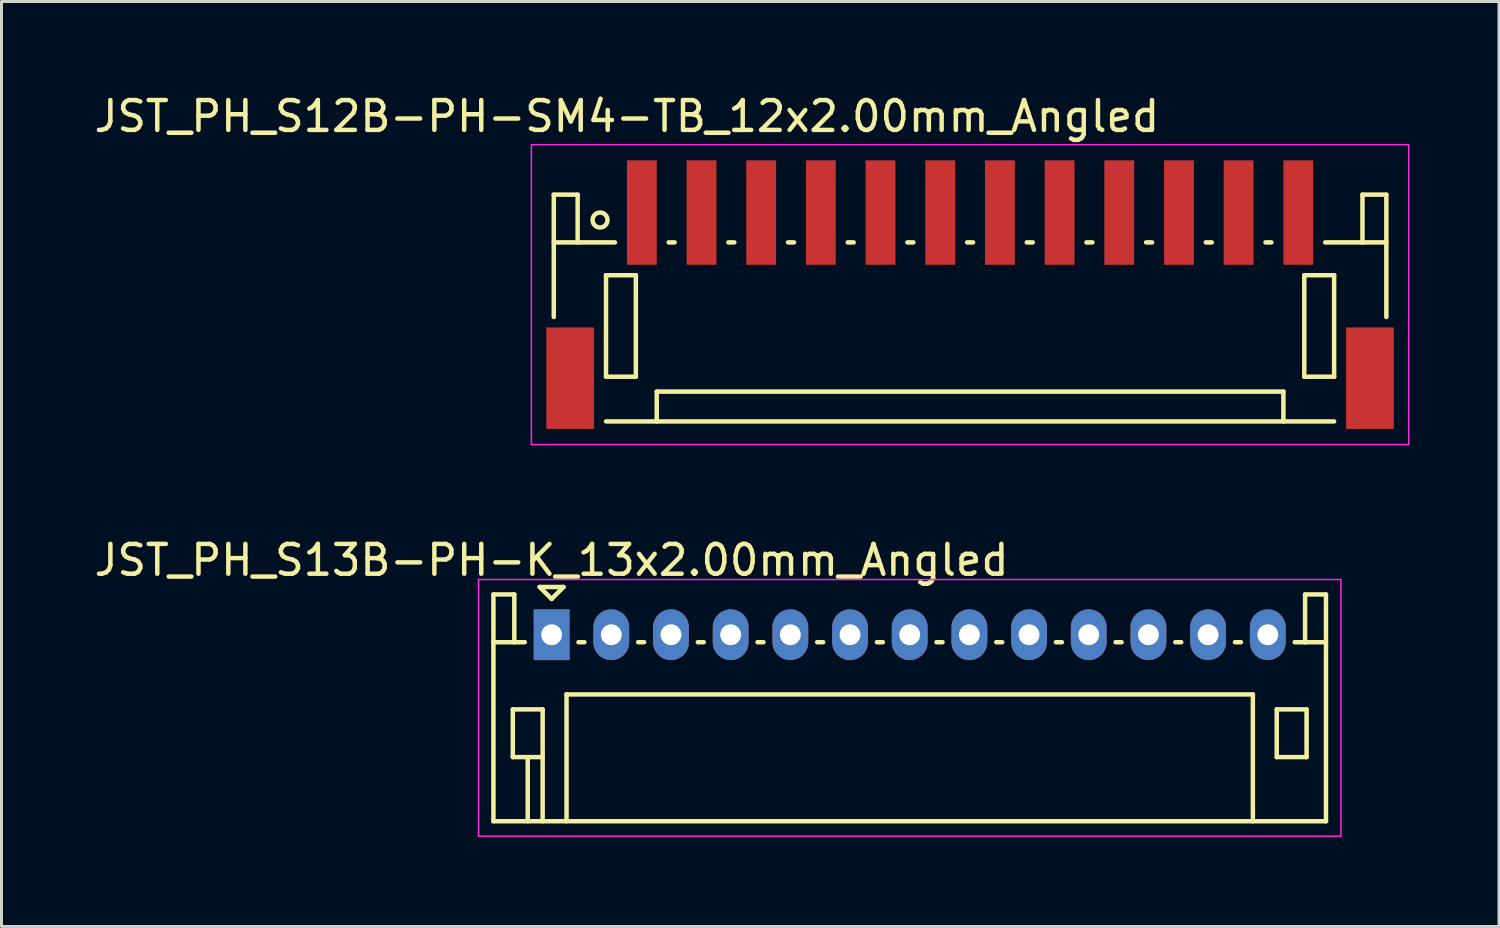
<source format=kicad_pcb>
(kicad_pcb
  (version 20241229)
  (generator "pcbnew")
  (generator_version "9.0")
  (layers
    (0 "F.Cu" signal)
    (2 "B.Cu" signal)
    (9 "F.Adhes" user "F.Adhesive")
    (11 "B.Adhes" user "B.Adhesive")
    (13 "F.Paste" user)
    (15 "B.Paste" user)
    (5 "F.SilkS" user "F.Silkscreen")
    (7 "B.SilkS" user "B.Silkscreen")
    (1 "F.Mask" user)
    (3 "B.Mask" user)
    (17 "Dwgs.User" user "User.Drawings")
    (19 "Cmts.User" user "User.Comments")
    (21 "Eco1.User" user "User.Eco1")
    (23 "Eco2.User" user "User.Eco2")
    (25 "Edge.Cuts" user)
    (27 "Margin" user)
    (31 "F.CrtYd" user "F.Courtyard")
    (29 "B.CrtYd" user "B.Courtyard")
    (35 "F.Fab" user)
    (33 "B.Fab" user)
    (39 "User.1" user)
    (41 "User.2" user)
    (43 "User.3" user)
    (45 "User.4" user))
  (footprint "JST_PH_S13B-PH-K_13x2.00mm_Angled"
    (layer "F.Cu")
    (at 15.435 18.221)
    (property "Reference" "JST_PH_S13B-PH-K_13x2.00mm_Angled" (at 0 -2.5 0) (layer "F.SilkS") (effects (font (size 1 1) (thickness 0.15))))
    (attr through_hole)
    (fp_line (start -1.95 -1.35) (end -1.95 6.25) (stroke (width 0.15) (type solid)) (layer "F.SilkS"))
    (fp_line (start -1.95 0.25) (end -1.25 0.25) (stroke (width 0.15) (type solid)) (layer "F.SilkS"))
    (fp_line (start -1.95 6.25) (end 25.95 6.25) (stroke (width 0.15) (type solid)) (layer "F.SilkS"))
    (fp_line (start -1.3 2.5) (end -1.3 4.1) (stroke (width 0.15) (type solid)) (layer "F.SilkS"))
    (fp_line (start -1.3 4.1) (end -0.3 4.1) (stroke (width 0.15) (type solid)) (layer "F.SilkS"))
    (fp_line (start -1.25 -1.35) (end -1.95 -1.35) (stroke (width 0.15) (type solid)) (layer "F.SilkS"))
    (fp_line (start -1.25 0.25) (end -1.25 -1.35) (stroke (width 0.15) (type solid)) (layer "F.SilkS"))
    (fp_line (start -0.9 0.25) (end -1.25 0.25) (stroke (width 0.15) (type solid)) (layer "F.SilkS"))
    (fp_line (start -0.8 4.1) (end -0.8 6.25) (stroke (width 0.15) (type solid)) (layer "F.SilkS"))
    (fp_line (start -0.4 -1.6) (end 0.4 -1.6) (stroke (width 0.15) (type solid)) (layer "F.SilkS"))
    (fp_line (start -0.3 2.5) (end -1.3 2.5) (stroke (width 0.15) (type solid)) (layer "F.SilkS"))
    (fp_line (start -0.3 4.1) (end -0.3 2.5) (stroke (width 0.15) (type solid)) (layer "F.SilkS"))
    (fp_line (start -0.3 4.1) (end -0.3 6.25) (stroke (width 0.15) (type solid)) (layer "F.SilkS"))
    (fp_line (start 0 -1.2) (end -0.4 -1.6) (stroke (width 0.15) (type solid)) (layer "F.SilkS"))
    (fp_line (start 0.4 -1.6) (end 0 -1.2) (stroke (width 0.15) (type solid)) (layer "F.SilkS"))
    (fp_line (start 0.5 2) (end 23.5 2) (stroke (width 0.15) (type solid)) (layer "F.SilkS"))
    (fp_line (start 0.5 6.25) (end 0.5 2) (stroke (width 0.15) (type solid)) (layer "F.SilkS"))
    (fp_line (start 0.9 0.25) (end 1.1 0.25) (stroke (width 0.15) (type solid)) (layer "F.SilkS"))
    (fp_line (start 2.9 0.25) (end 3.1 0.25) (stroke (width 0.15) (type solid)) (layer "F.SilkS"))
    (fp_line (start 4.9 0.25) (end 5.1 0.25) (stroke (width 0.15) (type solid)) (layer "F.SilkS"))
    (fp_line (start 6.9 0.25) (end 7.1 0.25) (stroke (width 0.15) (type solid)) (layer "F.SilkS"))
    (fp_line (start 8.9 0.25) (end 9.1 0.25) (stroke (width 0.15) (type solid)) (layer "F.SilkS"))
    (fp_line (start 10.9 0.25) (end 11.1 0.25) (stroke (width 0.15) (type solid)) (layer "F.SilkS"))
    (fp_line (start 12.9 0.25) (end 13.1 0.25) (stroke (width 0.15) (type solid)) (layer "F.SilkS"))
    (fp_line (start 14.9 0.25) (end 15.1 0.25) (stroke (width 0.15) (type solid)) (layer "F.SilkS"))
    (fp_line (start 16.9 0.25) (end 17.1 0.25) (stroke (width 0.15) (type solid)) (layer "F.SilkS"))
    (fp_line (start 18.9 0.25) (end 19.1 0.25) (stroke (width 0.15) (type solid)) (layer "F.SilkS"))
    (fp_line (start 20.9 0.25) (end 21.1 0.25) (stroke (width 0.15) (type solid)) (layer "F.SilkS"))
    (fp_line (start 22.9 0.25) (end 23.1 0.25) (stroke (width 0.15) (type solid)) (layer "F.SilkS"))
    (fp_line (start 23.5 2) (end 23.5 6.25) (stroke (width 0.15) (type solid)) (layer "F.SilkS"))
    (fp_line (start 24.3 2.5) (end 25.3 2.5) (stroke (width 0.15) (type solid)) (layer "F.SilkS"))
    (fp_line (start 24.3 4.1) (end 24.3 2.5) (stroke (width 0.15) (type solid)) (layer "F.SilkS"))
    (fp_line (start 25.25 -1.35) (end 25.25 0.25) (stroke (width 0.15) (type solid)) (layer "F.SilkS"))
    (fp_line (start 25.25 0.25) (end 24.9 0.25) (stroke (width 0.15) (type solid)) (layer "F.SilkS"))
    (fp_line (start 25.3 2.5) (end 25.3 4.1) (stroke (width 0.15) (type solid)) (layer "F.SilkS"))
    (fp_line (start 25.3 4.1) (end 24.3 4.1) (stroke (width 0.15) (type solid)) (layer "F.SilkS"))
    (fp_line (start 25.95 -1.35) (end 25.25 -1.35) (stroke (width 0.15) (type solid)) (layer "F.SilkS"))
    (fp_line (start 25.95 0.25) (end 25.25 0.25) (stroke (width 0.15) (type solid)) (layer "F.SilkS"))
    (fp_line (start 25.95 6.25) (end 25.95 -1.35) (stroke (width 0.15) (type solid)) (layer "F.SilkS"))
    (fp_line (start -2.45 -1.85) (end 26.45 -1.85) (stroke (width 0.05) (type solid)) (layer "F.CrtYd"))
    (fp_line (start -2.45 6.75) (end -2.45 -1.85) (stroke (width 0.05) (type solid)) (layer "F.CrtYd"))
    (fp_line (start 26.45 -1.85) (end 26.45 6.75) (stroke (width 0.05) (type solid)) (layer "F.CrtYd"))
    (fp_line (start 26.45 6.75) (end -2.45 6.75) (stroke (width 0.05) (type solid)) (layer "F.CrtYd"))
    (pad "1" thru_hole rect (at 0 0) (size 1.2 1.7) (drill 0.7) (layers "*.Cu" "*.Mask"))
    (pad "2" thru_hole oval (at 2 0) (size 1.2 1.7) (drill 0.7) (layers "*.Cu" "*.Mask"))
    (pad "3" thru_hole oval (at 4 0) (size 1.2 1.7) (drill 0.7) (layers "*.Cu" "*.Mask"))
    (pad "4" thru_hole oval (at 6 0) (size 1.2 1.7) (drill 0.7) (layers "*.Cu" "*.Mask"))
    (pad "5" thru_hole oval (at 8 0) (size 1.2 1.7) (drill 0.7) (layers "*.Cu" "*.Mask"))
    (pad "6" thru_hole oval (at 10 0) (size 1.2 1.7) (drill 0.7) (layers "*.Cu" "*.Mask"))
    (pad "7" thru_hole oval (at 12 0) (size 1.2 1.7) (drill 0.7) (layers "*.Cu" "*.Mask"))
    (pad "8" thru_hole oval (at 14 0) (size 1.2 1.7) (drill 0.7) (layers "*.Cu" "*.Mask"))
    (pad "9" thru_hole oval (at 16 0) (size 1.2 1.7) (drill 0.7) (layers "*.Cu" "*.Mask"))
    (pad "10" thru_hole oval (at 18 0) (size 1.2 1.7) (drill 0.7) (layers "*.Cu" "*.Mask"))
    (pad "11" thru_hole oval (at 20 0) (size 1.2 1.7) (drill 0.7) (layers "*.Cu" "*.Mask"))
    (pad "12" thru_hole oval (at 22 0) (size 1.2 1.7) (drill 0.7) (layers "*.Cu" "*.Mask"))
    (pad "13" thru_hole oval (at 24 0) (size 1.2 1.7) (drill 0.7) (layers "*.Cu" "*.Mask")))
  (footprint "JST_PH_S12B-PH-SM4-TB_12x2.00mm_Angled"
    (layer "F.Cu")
    (at 29.458 6.848)
    (property "Reference" "JST_PH_S12B-PH-SM4-TB_12x2.00mm_Angled" (at -11.5 -6 0) (layer "F.SilkS") (effects (font (size 1 1) (thickness 0.15))))
    (attr smd)
    (fp_line (start -13.95 -3.375) (end -13.95 0.725) (stroke (width 0.15) (type solid)) (layer "F.SilkS"))
    (fp_line (start -13.15 -3.375) (end -13.95 -3.375) (stroke (width 0.15) (type solid)) (layer "F.SilkS"))
    (fp_line (start -13.15 -1.775) (end -13.95 -1.775) (stroke (width 0.15) (type solid)) (layer "F.SilkS"))
    (fp_line (start -13.15 -1.775) (end -13.15 -3.375) (stroke (width 0.15) (type solid)) (layer "F.SilkS"))
    (fp_line (start -12.2 -0.675) (end -12.2 2.725) (stroke (width 0.15) (type solid)) (layer "F.SilkS"))
    (fp_line (start -12.2 2.725) (end -11.2 2.725) (stroke (width 0.15) (type solid)) (layer "F.SilkS"))
    (fp_line (start -12.2 4.225) (end 12.2 4.225) (stroke (width 0.15) (type solid)) (layer "F.SilkS"))
    (fp_line (start -11.9 -1.775) (end -13.15 -1.775) (stroke (width 0.15) (type solid)) (layer "F.SilkS"))
    (fp_line (start -11.2 -0.675) (end -12.2 -0.675) (stroke (width 0.15) (type solid)) (layer "F.SilkS"))
    (fp_line (start -11.2 2.725) (end -11.2 -0.675) (stroke (width 0.15) (type solid)) (layer "F.SilkS"))
    (fp_line (start -10.5 3.225) (end 10.5 3.225) (stroke (width 0.15) (type solid)) (layer "F.SilkS"))
    (fp_line (start -10.5 4.225) (end -10.5 3.225) (stroke (width 0.15) (type solid)) (layer "F.SilkS"))
    (fp_line (start -10.1 -1.775) (end -9.9 -1.775) (stroke (width 0.15) (type solid)) (layer "F.SilkS"))
    (fp_line (start -8.1 -1.775) (end -7.9 -1.775) (stroke (width 0.15) (type solid)) (layer "F.SilkS"))
    (fp_line (start -6.1 -1.775) (end -5.9 -1.775) (stroke (width 0.15) (type solid)) (layer "F.SilkS"))
    (fp_line (start -4.1 -1.775) (end -3.9 -1.775) (stroke (width 0.15) (type solid)) (layer "F.SilkS"))
    (fp_line (start -2.1 -1.775) (end -1.9 -1.775) (stroke (width 0.15) (type solid)) (layer "F.SilkS"))
    (fp_line (start -0.1 -1.775) (end 0.1 -1.775) (stroke (width 0.15) (type solid)) (layer "F.SilkS"))
    (fp_line (start 1.9 -1.775) (end 2.1 -1.775) (stroke (width 0.15) (type solid)) (layer "F.SilkS"))
    (fp_line (start 3.9 -1.775) (end 4.1 -1.775) (stroke (width 0.15) (type solid)) (layer "F.SilkS"))
    (fp_line (start 5.9 -1.775) (end 6.1 -1.775) (stroke (width 0.15) (type solid)) (layer "F.SilkS"))
    (fp_line (start 7.9 -1.775) (end 8.1 -1.775) (stroke (width 0.15) (type solid)) (layer "F.SilkS"))
    (fp_line (start 9.9 -1.775) (end 10.1 -1.775) (stroke (width 0.15) (type solid)) (layer "F.SilkS"))
    (fp_line (start 10.5 3.225) (end 10.5 4.225) (stroke (width 0.15) (type solid)) (layer "F.SilkS"))
    (fp_line (start 11.2 -0.675) (end 12.2 -0.675) (stroke (width 0.15) (type solid)) (layer "F.SilkS"))
    (fp_line (start 11.2 2.725) (end 11.2 -0.675) (stroke (width 0.15) (type solid)) (layer "F.SilkS"))
    (fp_line (start 11.9 -1.775) (end 13.15 -1.775) (stroke (width 0.15) (type solid)) (layer "F.SilkS"))
    (fp_line (start 12.2 -0.675) (end 12.2 2.725) (stroke (width 0.15) (type solid)) (layer "F.SilkS"))
    (fp_line (start 12.2 2.725) (end 11.2 2.725) (stroke (width 0.15) (type solid)) (layer "F.SilkS"))
    (fp_line (start 13.15 -3.375) (end 13.95 -3.375) (stroke (width 0.15) (type solid)) (layer "F.SilkS"))
    (fp_line (start 13.15 -1.775) (end 13.15 -3.375) (stroke (width 0.15) (type solid)) (layer "F.SilkS"))
    (fp_line (start 13.15 -1.775) (end 13.95 -1.775) (stroke (width 0.15) (type solid)) (layer "F.SilkS"))
    (fp_line (start 13.95 -3.375) (end 13.95 0.725) (stroke (width 0.15) (type solid)) (layer "F.SilkS"))
    (fp_circle (center -12.4 -2.525) (end -12.15 -2.525) (stroke (width 0.15) (type solid)) (fill no) (layer "F.SilkS"))
    (fp_line (start -14.7 -5.05) (end 14.7 -5.05) (stroke (width 0.05) (type solid)) (layer "F.CrtYd"))
    (fp_line (start -14.7 5) (end -14.7 -5.05) (stroke (width 0.05) (type solid)) (layer "F.CrtYd"))
    (fp_line (start 14.7 -5.05) (end 14.7 5) (stroke (width 0.05) (type solid)) (layer "F.CrtYd"))
    (fp_line (start 14.7 5) (end -14.7 5) (stroke (width 0.05) (type solid)) (layer "F.CrtYd"))
    (pad "" smd rect (at -13.4 2.775) (size 1.6 3.4) (layers "F.Cu" "F.Mask" "F.Paste"))
    (pad "" smd rect (at 13.4 2.775) (size 1.6 3.4) (layers "F.Cu" "F.Mask" "F.Paste"))
    (pad "1" smd rect (at -11 -2.775) (size 1 3.5) (layers "F.Cu" "F.Mask" "F.Paste"))
    (pad "2" smd rect (at -9 -2.775) (size 1 3.5) (layers "F.Cu" "F.Mask" "F.Paste"))
    (pad "3" smd rect (at -7 -2.775) (size 1 3.5) (layers "F.Cu" "F.Mask" "F.Paste"))
    (pad "4" smd rect (at -5 -2.775) (size 1 3.5) (layers "F.Cu" "F.Mask" "F.Paste"))
    (pad "5" smd rect (at -3 -2.775) (size 1 3.5) (layers "F.Cu" "F.Mask" "F.Paste"))
    (pad "6" smd rect (at -1 -2.775) (size 1 3.5) (layers "F.Cu" "F.Mask" "F.Paste"))
    (pad "7" smd rect (at 1 -2.775) (size 1 3.5) (layers "F.Cu" "F.Mask" "F.Paste"))
    (pad "8" smd rect (at 3 -2.775) (size 1 3.5) (layers "F.Cu" "F.Mask" "F.Paste"))
    (pad "9" smd rect (at 5 -2.775) (size 1 3.5) (layers "F.Cu" "F.Mask" "F.Paste"))
    (pad "10" smd rect (at 7 -2.775) (size 1 3.5) (layers "F.Cu" "F.Mask" "F.Paste"))
    (pad "11" smd rect (at 9 -2.775) (size 1 3.5) (layers "F.Cu" "F.Mask" "F.Paste"))
    (pad "12" smd rect (at 11 -2.775) (size 1 3.5) (layers "F.Cu" "F.Mask" "F.Paste")))
  (gr_rect
    (start -3 -3)
    (end 47.183 27.997)
    (stroke (width 0.1) (type default))
    (fill no)
    (layer "Edge.Cuts")))
</source>
